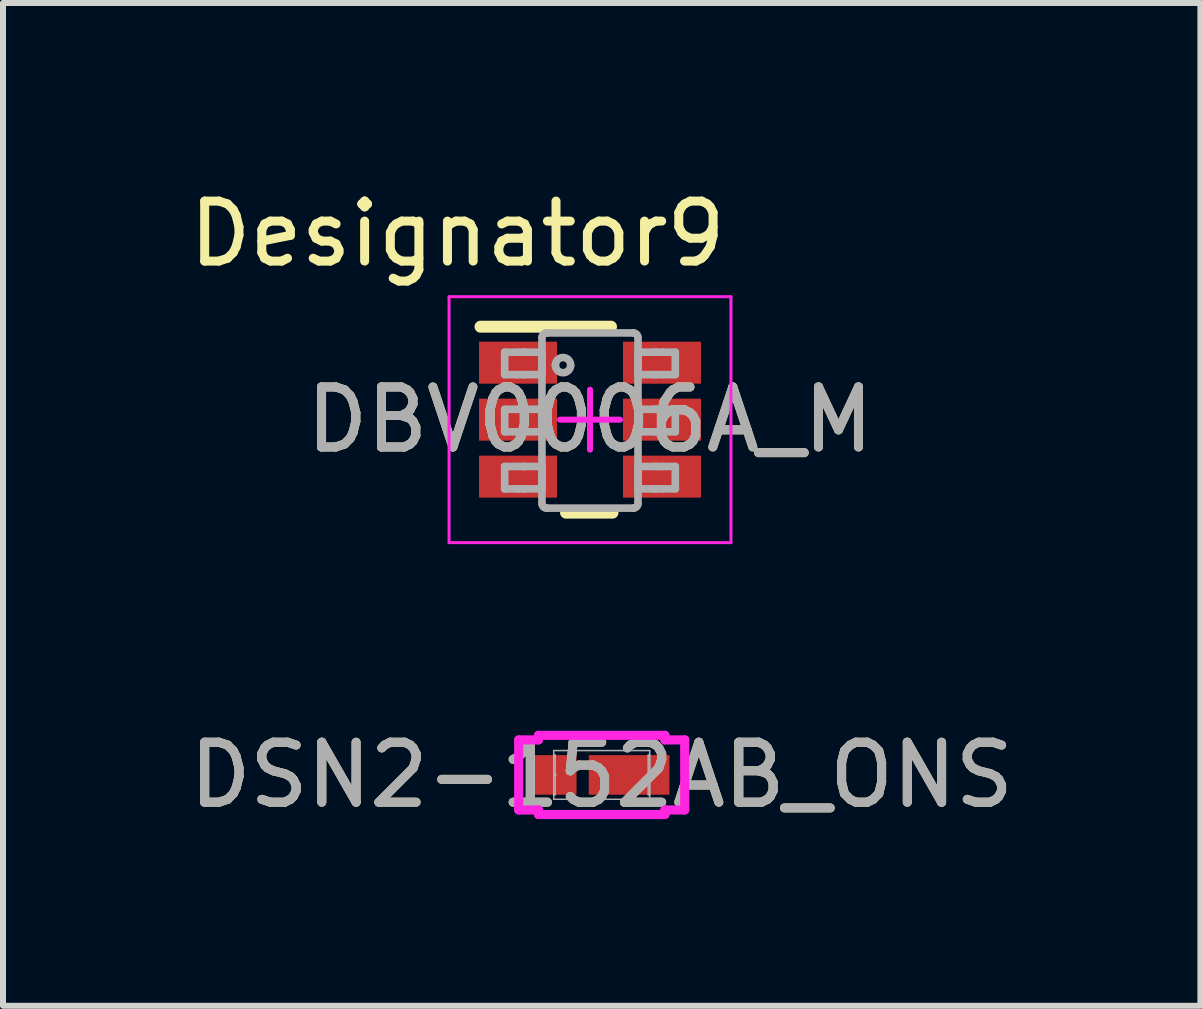
<source format=kicad_pcb>
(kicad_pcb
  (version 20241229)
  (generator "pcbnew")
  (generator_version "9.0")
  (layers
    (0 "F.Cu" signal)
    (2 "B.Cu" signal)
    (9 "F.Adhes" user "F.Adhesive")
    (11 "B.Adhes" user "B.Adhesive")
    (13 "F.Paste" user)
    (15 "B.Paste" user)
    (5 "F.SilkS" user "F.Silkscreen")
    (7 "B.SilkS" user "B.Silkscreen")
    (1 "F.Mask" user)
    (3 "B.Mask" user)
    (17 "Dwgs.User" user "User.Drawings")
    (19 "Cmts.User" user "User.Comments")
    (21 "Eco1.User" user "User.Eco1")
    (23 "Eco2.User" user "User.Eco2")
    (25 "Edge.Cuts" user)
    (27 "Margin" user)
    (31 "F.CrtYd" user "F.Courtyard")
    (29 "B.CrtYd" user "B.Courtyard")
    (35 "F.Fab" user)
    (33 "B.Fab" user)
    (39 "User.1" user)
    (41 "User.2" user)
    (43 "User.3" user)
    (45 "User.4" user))
  (footprint "DSN2-152AB_ONS"
    (layer "F.Cu")
    (at 6.982 9.87)
    (property "Reference" "DSN2-152AB_ONS" (at 0 0 0) (unlocked yes) (layer "F.SilkS") (effects (font (size 1 1) (thickness 0.15))))
    (attr smd)
    (fp_line (start -1.384 -0.584) (end -1.054 -0.584) (stroke (width 0.152) (type solid)) (layer "F.CrtYd"))
    (fp_line (start -1.384 0.584) (end -1.384 -0.584) (stroke (width 0.152) (type solid)) (layer "F.CrtYd"))
    (fp_line (start -1.054 -0.66) (end 1.054 -0.66) (stroke (width 0.152) (type solid)) (layer "F.CrtYd"))
    (fp_line (start -1.054 -0.584) (end -1.054 -0.66) (stroke (width 0.152) (type solid)) (layer "F.CrtYd"))
    (fp_line (start -1.054 0.584) (end -1.384 0.584) (stroke (width 0.152) (type solid)) (layer "F.CrtYd"))
    (fp_line (start -1.054 0.66) (end -1.054 0.584) (stroke (width 0.152) (type solid)) (layer "F.CrtYd"))
    (fp_line (start 1.054 -0.66) (end 1.054 -0.584) (stroke (width 0.152) (type solid)) (layer "F.CrtYd"))
    (fp_line (start 1.054 -0.584) (end 1.384 -0.584) (stroke (width 0.152) (type solid)) (layer "F.CrtYd"))
    (fp_line (start 1.054 0.584) (end 1.054 0.66) (stroke (width 0.152) (type solid)) (layer "F.CrtYd"))
    (fp_line (start 1.054 0.66) (end -1.054 0.66) (stroke (width 0.152) (type solid)) (layer "F.CrtYd"))
    (fp_line (start 1.384 -0.584) (end 1.384 0.584) (stroke (width 0.152) (type solid)) (layer "F.CrtYd"))
    (fp_line (start 1.384 0.584) (end 1.054 0.584) (stroke (width 0.152) (type solid)) (layer "F.CrtYd"))
    (fp_line (start -0.8 -0.406) (end -0.8 0.406) (stroke (width 0.025) (type solid)) (layer "F.Fab"))
    (fp_line (start -0.8 -0.33) (end -0.775 -0.33) (stroke (width 0.025) (type solid)) (layer "F.Fab"))
    (fp_line (start -0.8 0.33) (end -0.8 -0.33) (stroke (width 0.025) (type solid)) (layer "F.Fab"))
    (fp_line (start -0.8 0.406) (end 0.8 0.406) (stroke (width 0.025) (type solid)) (layer "F.Fab"))
    (fp_line (start -0.775 -0.33) (end -0.775 0.33) (stroke (width 0.025) (type solid)) (layer "F.Fab"))
    (fp_line (start -0.775 0.33) (end -0.8 0.33) (stroke (width 0.025) (type solid)) (layer "F.Fab"))
    (fp_line (start 0.775 -0.33) (end 0.8 -0.33) (stroke (width 0.025) (type solid)) (layer "F.Fab"))
    (fp_line (start 0.775 0.33) (end 0.775 -0.33) (stroke (width 0.025) (type solid)) (layer "F.Fab"))
    (fp_line (start 0.8 -0.406) (end -0.8 -0.406) (stroke (width 0.025) (type solid)) (layer "F.Fab"))
    (fp_line (start 0.8 -0.33) (end 0.8 0.33) (stroke (width 0.025) (type solid)) (layer "F.Fab"))
    (fp_line (start 0.8 0.33) (end 0.775 0.33) (stroke (width 0.025) (type solid)) (layer "F.Fab"))
    (fp_line (start 0.8 0.406) (end 0.8 -0.406) (stroke (width 0.025) (type solid)) (layer "F.Fab"))
    (fp_circle (center -0.775 0) (end -0.775 0) (stroke (width 0.025) (type solid)) (fill no) (layer "F.Fab"))
    (fp_text user "${REFERENCE}" (at 0 0 0) (unlocked yes) (layer "F.Fab") (effects (font (size 1 1) (thickness 0.15))))
    (pad "1" smd rect (at -0.775 0) (size 0.711 0.66) (layers "F.Cu" "F.Mask" "F.Paste"))
    (pad "2" smd rect (at 0.457 0) (size 1.346 0.66) (layers "F.Cu" "F.Mask" "F.Paste"))
    (zone (net_name "") (layer "F.Cu") (hatch full 0.508) (connect_pads) (min_thickness 0.254) (filled_areas_thickness no) (keepout (tracks not_allowed) (vias not_allowed) (pads allowed) (copperpour not_allowed) (footprints allowed)) (placement (enabled no)) (fill) (polygon (pts (xy 6.614 9.515) (xy 6.715 9.515) (xy 6.715 10.226) (xy 6.614 10.226)))))
  (footprint "DBV0006A_M"
    (layer "F.Cu")
    (at 6.787 3.947)
    (property "Reference" "DBV0006A_M" (at 0 0 0) (unlocked yes) (layer "F.SilkS") (effects (font (size 1 1) (thickness 0.15))))
    (attr smd)
    (fp_line (start -1.825 -1.55) (end 0.35 -1.55) (stroke (width 0.2) (type solid)) (layer "F.SilkS"))
    (fp_line (start -0.4 1.55) (end 0.375 1.55) (stroke (width 0.2) (type solid)) (layer "F.SilkS"))
    (fp_line (start -2.35 -2.05) (end 2.35 -2.05) (stroke (width 0.05) (type solid)) (layer "F.CrtYd"))
    (fp_line (start -2.35 2.05) (end -2.35 -2.05) (stroke (width 0.05) (type solid)) (layer "F.CrtYd"))
    (fp_line (start -2.35 2.05) (end 2.35 2.05) (stroke (width 0.05) (type solid)) (layer "F.CrtYd"))
    (fp_line (start -0.5 0) (end 0.5 0) (stroke (width 0.1) (type solid)) (layer "F.CrtYd"))
    (fp_line (start 0 0.5) (end 0 -0.5) (stroke (width 0.1) (type solid)) (layer "F.CrtYd"))
    (fp_line (start 2.35 2.05) (end 2.35 -2.05) (stroke (width 0.05) (type solid)) (layer "F.CrtYd"))
    (fp_line (start -1.423 -1.125) (end -1.206 -1.125) (stroke (width 0.127) (type solid)) (layer "F.Fab"))
    (fp_line (start -1.423 -0.751) (end -1.423 -1.125) (stroke (width 0.127) (type solid)) (layer "F.Fab"))
    (fp_line (start -1.423 -0.751) (end -1.206 -0.751) (stroke (width 0.127) (type solid)) (layer "F.Fab"))
    (fp_line (start -1.423 -0.173) (end -1.206 -0.173) (stroke (width 0.127) (type solid)) (layer "F.Fab"))
    (fp_line (start -1.423 0.202) (end -1.423 -0.173) (stroke (width 0.127) (type solid)) (layer "F.Fab"))
    (fp_line (start -1.423 0.202) (end -1.206 0.202) (stroke (width 0.127) (type solid)) (layer "F.Fab"))
    (fp_line (start -1.423 0.78) (end -1.206 0.78) (stroke (width 0.127) (type solid)) (layer "F.Fab"))
    (fp_line (start -1.423 1.154) (end -1.423 0.78) (stroke (width 0.127) (type solid)) (layer "F.Fab"))
    (fp_line (start -1.423 1.154) (end -1.206 1.154) (stroke (width 0.127) (type solid)) (layer "F.Fab"))
    (fp_line (start -1.206 -1.125) (end -1.113 -1.125) (stroke (width 0.127) (type solid)) (layer "F.Fab"))
    (fp_line (start -1.206 -0.751) (end -1.113 -0.751) (stroke (width 0.127) (type solid)) (layer "F.Fab"))
    (fp_line (start -1.206 -0.173) (end -1.113 -0.173) (stroke (width 0.127) (type solid)) (layer "F.Fab"))
    (fp_line (start -1.206 0.202) (end -1.113 0.202) (stroke (width 0.127) (type solid)) (layer "F.Fab"))
    (fp_line (start -1.206 0.78) (end -1.113 0.78) (stroke (width 0.127) (type solid)) (layer "F.Fab"))
    (fp_line (start -1.206 1.154) (end -1.113 1.154) (stroke (width 0.127) (type solid)) (layer "F.Fab"))
    (fp_line (start -1.113 -1.125) (end -1.081 -1.125) (stroke (width 0.127) (type solid)) (layer "F.Fab"))
    (fp_line (start -1.113 -0.751) (end -1.081 -0.751) (stroke (width 0.127) (type solid)) (layer "F.Fab"))
    (fp_line (start -1.113 -0.173) (end -1.081 -0.173) (stroke (width 0.127) (type solid)) (layer "F.Fab"))
    (fp_line (start -1.113 0.202) (end -1.081 0.202) (stroke (width 0.127) (type solid)) (layer "F.Fab"))
    (fp_line (start -1.113 0.78) (end -1.081 0.78) (stroke (width 0.127) (type solid)) (layer "F.Fab"))
    (fp_line (start -1.113 1.154) (end -1.081 1.154) (stroke (width 0.127) (type solid)) (layer "F.Fab"))
    (fp_line (start -1.081 -1.125) (end -0.828 -1.125) (stroke (width 0.127) (type solid)) (layer "F.Fab"))
    (fp_line (start -1.081 -0.751) (end -0.828 -0.751) (stroke (width 0.127) (type solid)) (layer "F.Fab"))
    (fp_line (start -1.081 -0.173) (end -0.828 -0.173) (stroke (width 0.127) (type solid)) (layer "F.Fab"))
    (fp_line (start -1.081 0.202) (end -0.828 0.202) (stroke (width 0.127) (type solid)) (layer "F.Fab"))
    (fp_line (start -1.081 0.78) (end -0.828 0.78) (stroke (width 0.127) (type solid)) (layer "F.Fab"))
    (fp_line (start -1.081 1.154) (end -0.828 1.154) (stroke (width 0.127) (type solid)) (layer "F.Fab"))
    (fp_line (start -0.828 -1.125) (end -0.801 -1.125) (stroke (width 0.127) (type solid)) (layer "F.Fab"))
    (fp_line (start -0.828 -0.751) (end -0.801 -0.751) (stroke (width 0.127) (type solid)) (layer "F.Fab"))
    (fp_line (start -0.828 -0.173) (end -0.801 -0.173) (stroke (width 0.127) (type solid)) (layer "F.Fab"))
    (fp_line (start -0.828 0.202) (end -0.801 0.202) (stroke (width 0.127) (type solid)) (layer "F.Fab"))
    (fp_line (start -0.828 0.78) (end -0.801 0.78) (stroke (width 0.127) (type solid)) (layer "F.Fab"))
    (fp_line (start -0.828 1.154) (end -0.801 1.154) (stroke (width 0.127) (type solid)) (layer "F.Fab"))
    (fp_line (start -0.801 -0.751) (end -0.801 -1.125) (stroke (width 0.127) (type solid)) (layer "F.Fab"))
    (fp_line (start -0.801 0.202) (end -0.801 -0.173) (stroke (width 0.127) (type solid)) (layer "F.Fab"))
    (fp_line (start -0.801 1.154) (end -0.801 0.78) (stroke (width 0.127) (type solid)) (layer "F.Fab"))
    (fp_line (start -0.801 1.399) (end -0.801 -1.37) (stroke (width 0.127) (type solid)) (layer "F.Fab"))
    (fp_line (start -0.725 -1.446) (end -0.724 -1.446) (stroke (width 0.127) (type solid)) (layer "F.Fab"))
    (fp_line (start -0.725 1.475) (end -0.724 1.475) (stroke (width 0.127) (type solid)) (layer "F.Fab"))
    (fp_line (start -0.724 -1.446) (end 0.723 -1.446) (stroke (width 0.127) (type solid)) (layer "F.Fab"))
    (fp_line (start -0.724 1.475) (end 0.723 1.475) (stroke (width 0.127) (type solid)) (layer "F.Fab"))
    (fp_line (start 0.723 -1.446) (end 0.724 -1.446) (stroke (width 0.127) (type solid)) (layer "F.Fab"))
    (fp_line (start 0.723 1.475) (end 0.724 1.475) (stroke (width 0.127) (type solid)) (layer "F.Fab"))
    (fp_line (start 0.8 -1.125) (end 0.827 -1.125) (stroke (width 0.127) (type solid)) (layer "F.Fab"))
    (fp_line (start 0.8 -0.751) (end 0.8 -1.125) (stroke (width 0.127) (type solid)) (layer "F.Fab"))
    (fp_line (start 0.8 -0.751) (end 0.827 -0.751) (stroke (width 0.127) (type solid)) (layer "F.Fab"))
    (fp_line (start 0.8 -0.173) (end 0.827 -0.173) (stroke (width 0.127) (type solid)) (layer "F.Fab"))
    (fp_line (start 0.8 0.202) (end 0.8 -0.173) (stroke (width 0.127) (type solid)) (layer "F.Fab"))
    (fp_line (start 0.8 0.202) (end 0.827 0.202) (stroke (width 0.127) (type solid)) (layer "F.Fab"))
    (fp_line (start 0.8 0.78) (end 0.827 0.78) (stroke (width 0.127) (type solid)) (layer "F.Fab"))
    (fp_line (start 0.8 1.154) (end 0.8 0.78) (stroke (width 0.127) (type solid)) (layer "F.Fab"))
    (fp_line (start 0.8 1.154) (end 0.827 1.154) (stroke (width 0.127) (type solid)) (layer "F.Fab"))
    (fp_line (start 0.8 1.399) (end 0.8 -1.37) (stroke (width 0.127) (type solid)) (layer "F.Fab"))
    (fp_line (start 0.827 -1.125) (end 1.08 -1.125) (stroke (width 0.127) (type solid)) (layer "F.Fab"))
    (fp_line (start 0.827 -0.751) (end 1.08 -0.751) (stroke (width 0.127) (type solid)) (layer "F.Fab"))
    (fp_line (start 0.827 -0.173) (end 1.08 -0.173) (stroke (width 0.127) (type solid)) (layer "F.Fab"))
    (fp_line (start 0.827 0.202) (end 1.08 0.202) (stroke (width 0.127) (type solid)) (layer "F.Fab"))
    (fp_line (start 0.827 0.78) (end 1.08 0.78) (stroke (width 0.127) (type solid)) (layer "F.Fab"))
    (fp_line (start 0.827 1.154) (end 1.08 1.154) (stroke (width 0.127) (type solid)) (layer "F.Fab"))
    (fp_line (start 1.08 -1.125) (end 1.112 -1.125) (stroke (width 0.127) (type solid)) (layer "F.Fab"))
    (fp_line (start 1.08 -0.751) (end 1.112 -0.751) (stroke (width 0.127) (type solid)) (layer "F.Fab"))
    (fp_line (start 1.08 -0.173) (end 1.112 -0.173) (stroke (width 0.127) (type solid)) (layer "F.Fab"))
    (fp_line (start 1.08 0.202) (end 1.112 0.202) (stroke (width 0.127) (type solid)) (layer "F.Fab"))
    (fp_line (start 1.08 0.78) (end 1.112 0.78) (stroke (width 0.127) (type solid)) (layer "F.Fab"))
    (fp_line (start 1.08 1.154) (end 1.112 1.154) (stroke (width 0.127) (type solid)) (layer "F.Fab"))
    (fp_line (start 1.112 -1.125) (end 1.205 -1.125) (stroke (width 0.127) (type solid)) (layer "F.Fab"))
    (fp_line (start 1.112 -0.751) (end 1.205 -0.751) (stroke (width 0.127) (type solid)) (layer "F.Fab"))
    (fp_line (start 1.112 -0.173) (end 1.205 -0.173) (stroke (width 0.127) (type solid)) (layer "F.Fab"))
    (fp_line (start 1.112 0.202) (end 1.205 0.202) (stroke (width 0.127) (type solid)) (layer "F.Fab"))
    (fp_line (start 1.112 0.78) (end 1.205 0.78) (stroke (width 0.127) (type solid)) (layer "F.Fab"))
    (fp_line (start 1.112 1.154) (end 1.205 1.154) (stroke (width 0.127) (type solid)) (layer "F.Fab"))
    (fp_line (start 1.205 -1.125) (end 1.422 -1.125) (stroke (width 0.127) (type solid)) (layer "F.Fab"))
    (fp_line (start 1.205 -0.751) (end 1.422 -0.751) (stroke (width 0.127) (type solid)) (layer "F.Fab"))
    (fp_line (start 1.205 -0.173) (end 1.422 -0.173) (stroke (width 0.127) (type solid)) (layer "F.Fab"))
    (fp_line (start 1.205 0.202) (end 1.422 0.202) (stroke (width 0.127) (type solid)) (layer "F.Fab"))
    (fp_line (start 1.205 0.78) (end 1.422 0.78) (stroke (width 0.127) (type solid)) (layer "F.Fab"))
    (fp_line (start 1.205 1.154) (end 1.422 1.154) (stroke (width 0.127) (type solid)) (layer "F.Fab"))
    (fp_line (start 1.422 -0.751) (end 1.422 -1.125) (stroke (width 0.127) (type solid)) (layer "F.Fab"))
    (fp_line (start 1.422 0.202) (end 1.422 -0.173) (stroke (width 0.127) (type solid)) (layer "F.Fab"))
    (fp_line (start 1.422 1.154) (end 1.422 0.78) (stroke (width 0.127) (type solid)) (layer "F.Fab"))
    (fp_arc (start -0.800692 -1.369901) (mid -0.778512 -1.423533) (end -0.724999 -1.446) (stroke (width 0.127) (type solid)) (layer "F.Fab"))
    (fp_arc (start -0.724999 1.475002) (mid -0.778507 1.452548) (end -0.800692 1.398928) (stroke (width 0.127) (type solid)) (layer "F.Fab"))
    (fp_arc (start -0.576537 -0.906071) (mid -0.449562 -1.033046) (end -0.322588 -0.906071) (stroke (width 0.127) (type solid)) (layer "F.Fab"))
    (fp_arc (start -0.322588 -0.906071) (mid -0.449562 -0.779097) (end -0.576537 -0.906071) (stroke (width 0.127) (type solid)) (layer "F.Fab"))
    (fp_arc (start 0.723841 -1.446) (mid 0.777341 -1.423528) (end 0.799508 -1.369901) (stroke (width 0.127) (type solid)) (layer "F.Fab"))
    (fp_arc (start 0.799508 1.398928) (mid 0.777336 1.452543) (end 0.723841 1.475002) (stroke (width 0.127) (type solid)) (layer "F.Fab"))
    (fp_text user "Designator9" (at -2.21 -3.099 0) (unlocked yes) (layer "F.SilkS") (effects (font (size 1 1) (thickness 0.15))))
    (fp_text user "${REFERENCE}" (at 0 0 0) (unlocked yes) (layer "F.Fab") (effects (font (size 1 1) (thickness 0.15))))
    (pad "1" smd rect (at -1.2 -0.95 90) (size 0.7 1.3) (layers "F.Cu" "F.Mask" "F.Paste"))
    (pad "2" smd rect (at -1.2 0 90) (size 0.7 1.3) (layers "F.Cu" "F.Mask" "F.Paste"))
    (pad "3" smd rect (at -1.2 0.95 90) (size 0.7 1.3) (layers "F.Cu" "F.Mask" "F.Paste"))
    (pad "4" smd rect (at 1.2 0.95 90) (size 0.7 1.3) (layers "F.Cu" "F.Mask" "F.Paste"))
    (pad "5" smd rect (at 1.2 0 90) (size 0.7 1.3) (layers "F.Cu" "F.Mask" "F.Paste"))
    (pad "6" smd rect (at 1.2 -0.95 90) (size 0.7 1.3) (layers "F.Cu" "F.Mask" "F.Paste")))
  (gr_rect
    (start -3 -3)
    (end 16.964 13.719)
    (stroke (width 0.1) (type default))
    (fill no)
    (layer "Edge.Cuts")))
</source>
